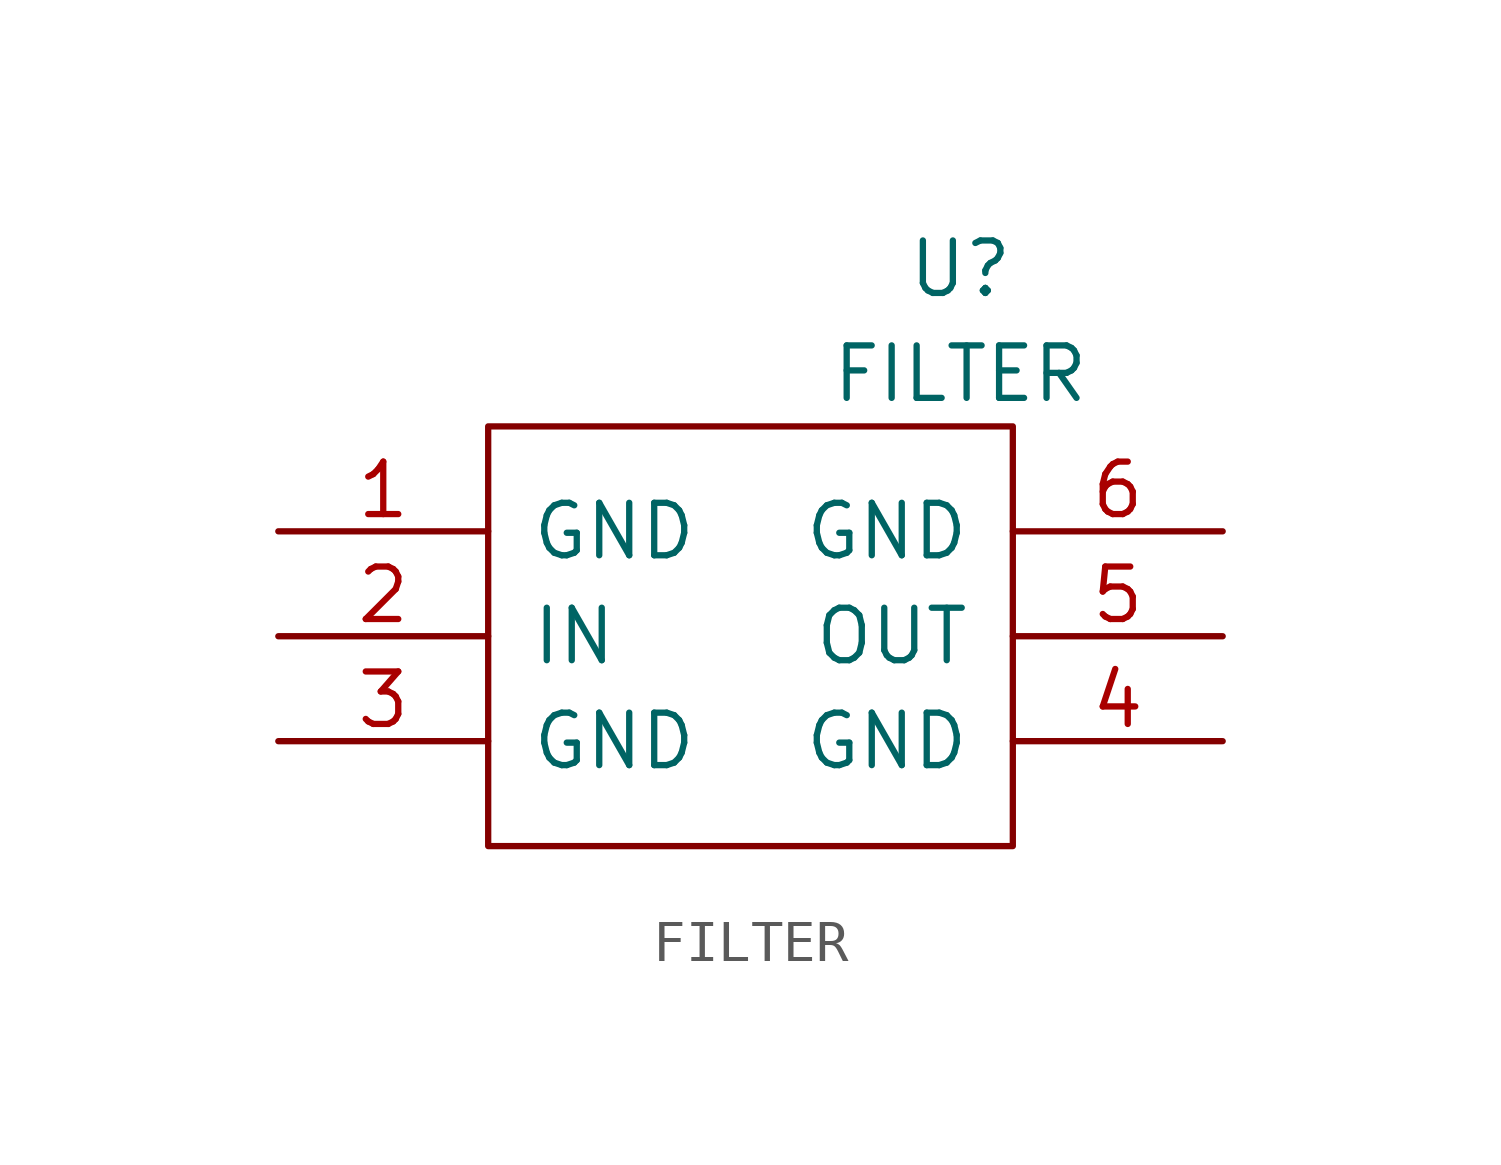
<source format=kicad_sym>
(kicad_symbol_lib
  (version 20211014)
  (generator kicad_symbol_editor)
  (symbol "FILTER"
    (pin_names
      (offset 1.016))
    (property "Reference" "U"
      (at 8.89 11.43 0)
      (effects (font (size 1.27 1.27))))
    (property "Value" "FILTER"
      (at 8.89 8.89 0)
      (effects (font (size 1.27 1.27))))
    (symbol "FILTER_0_1"
      (rectangle (start -2.54 7.62) (end 10.16 -2.54) (stroke (width 0) (type default) (color 0 0 0 0)) (fill (type none))))
    (symbol "FILTER_1_1"
      (pin power_in line (at -7.62 5.08 0) (length 5.08) (name "GND" (effects (font (size 1.27 1.27)))) (number "1" (effects (font (size 1.27 1.27)))))
      (pin bidirectional line (at -7.62 2.54 0) (length 5.08) (name "IN" (effects (font (size 1.27 1.27)))) (number "2" (effects (font (size 1.27 1.27)))))
      (pin power_in line (at -7.62 0 0) (length 5.08) (name "GND" (effects (font (size 1.27 1.27)))) (number "3" (effects (font (size 1.27 1.27)))))
      (pin power_in line (at 15.24 0 180) (length 5.08) (name "GND" (effects (font (size 1.27 1.27)))) (number "4" (effects (font (size 1.27 1.27)))))
      (pin bidirectional line (at 15.24 2.54 180) (length 5.08) (name "OUT" (effects (font (size 1.27 1.27)))) (number "5" (effects (font (size 1.27 1.27)))))
      (pin power_in line (at 15.24 5.08 180) (length 5.08) (name "GND" (effects (font (size 1.27 1.27)))) (number "6" (effects (font (size 1.27 1.27))))))))
</source>
